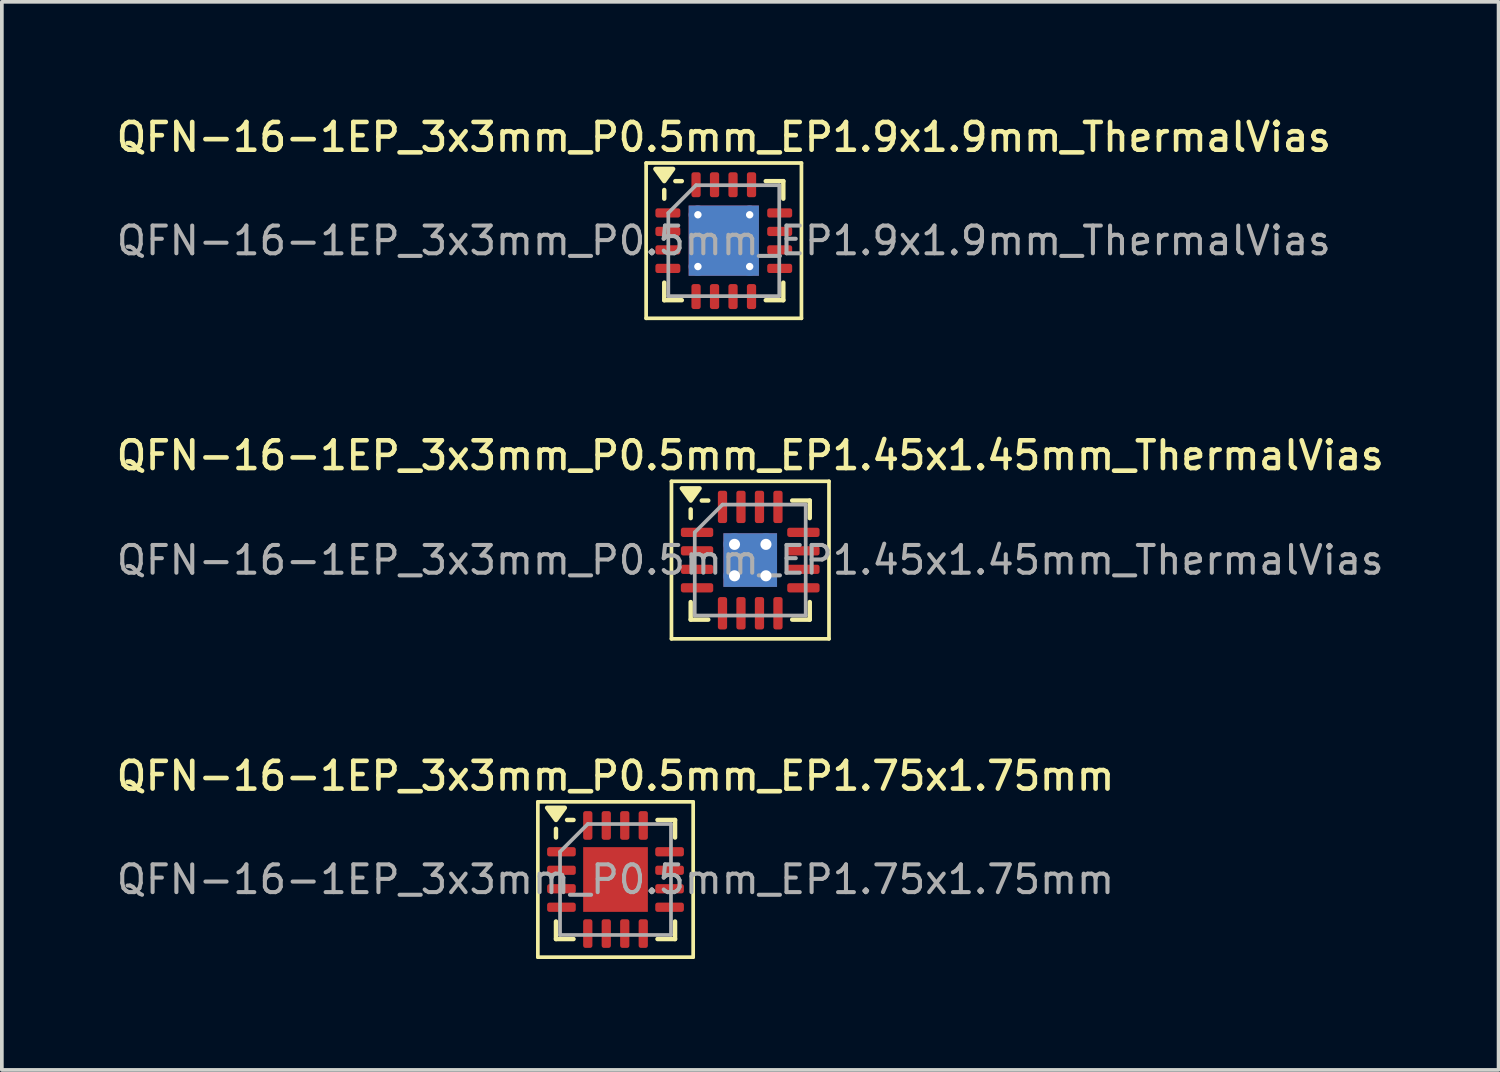
<source format=kicad_pcb>
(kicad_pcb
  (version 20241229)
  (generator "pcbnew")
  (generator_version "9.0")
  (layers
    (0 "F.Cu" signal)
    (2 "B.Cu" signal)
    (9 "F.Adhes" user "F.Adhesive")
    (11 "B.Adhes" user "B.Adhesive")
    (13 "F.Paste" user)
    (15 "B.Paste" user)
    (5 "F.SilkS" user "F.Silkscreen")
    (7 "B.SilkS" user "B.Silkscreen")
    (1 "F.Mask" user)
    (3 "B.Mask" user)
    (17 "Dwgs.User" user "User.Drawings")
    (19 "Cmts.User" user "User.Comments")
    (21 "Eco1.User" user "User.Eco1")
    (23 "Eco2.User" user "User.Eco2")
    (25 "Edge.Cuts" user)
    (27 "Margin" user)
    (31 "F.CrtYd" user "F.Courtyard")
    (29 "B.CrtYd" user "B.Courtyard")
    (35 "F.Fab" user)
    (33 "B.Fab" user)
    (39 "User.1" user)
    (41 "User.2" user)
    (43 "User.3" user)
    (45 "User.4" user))
  (footprint "QFN-16-1EP_3x3mm_P0.5mm_EP1.9x1.9mm_ThermalVias"
    (layer "F.Cu")
    (at 16.523 3.458)
    (property "Reference" "QFN-16-1EP_3x3mm_P0.5mm_EP1.9x1.9mm_ThermalVias" (at 0 -2.8 0) (layer "F.SilkS") (effects (font (size 0.75 0.75) (thickness 0.125))))
    (attr smd)
    (fp_line (start -2.1 -2.1) (end -2.1 2.1) (stroke (width 0.1) (type solid)) (layer "F.SilkS"))
    (fp_line (start -2.1 2.1) (end 2.1 2.1) (stroke (width 0.1) (type solid)) (layer "F.SilkS"))
    (fp_line (start -1.61 -1.135) (end -1.61 -1.37) (stroke (width 0.12) (type solid)) (layer "F.SilkS"))
    (fp_line (start -1.61 1.61) (end -1.61 1.135) (stroke (width 0.12) (type solid)) (layer "F.SilkS"))
    (fp_line (start -1.135 -1.61) (end -1.31 -1.61) (stroke (width 0.12) (type solid)) (layer "F.SilkS"))
    (fp_line (start -1.135 1.61) (end -1.61 1.61) (stroke (width 0.12) (type solid)) (layer "F.SilkS"))
    (fp_line (start 1.135 -1.61) (end 1.61 -1.61) (stroke (width 0.12) (type solid)) (layer "F.SilkS"))
    (fp_line (start 1.135 1.61) (end 1.61 1.61) (stroke (width 0.12) (type solid)) (layer "F.SilkS"))
    (fp_line (start 1.61 -1.61) (end 1.61 -1.135) (stroke (width 0.12) (type solid)) (layer "F.SilkS"))
    (fp_line (start 1.61 1.61) (end 1.61 1.135) (stroke (width 0.12) (type solid)) (layer "F.SilkS"))
    (fp_line (start 2.1 -2.1) (end -2.1 -2.1) (stroke (width 0.1) (type solid)) (layer "F.SilkS"))
    (fp_line (start 2.1 2.1) (end 2.1 -2.1) (stroke (width 0.1) (type solid)) (layer "F.SilkS"))
    (fp_poly (pts (xy -1.61 -1.61) (xy -1.85 -1.94) (xy -1.37 -1.94) (xy -1.61 -1.61)) (stroke (width 0.12) (type solid)) (fill yes) (layer "F.SilkS"))
    (fp_line (start -1.5 -0.75) (end -0.75 -1.5) (stroke (width 0.1) (type solid)) (layer "F.Fab"))
    (fp_line (start -1.5 1.5) (end -1.5 -0.75) (stroke (width 0.1) (type solid)) (layer "F.Fab"))
    (fp_line (start -0.75 -1.5) (end 1.5 -1.5) (stroke (width 0.1) (type solid)) (layer "F.Fab"))
    (fp_line (start 1.5 -1.5) (end 1.5 1.5) (stroke (width 0.1) (type solid)) (layer "F.Fab"))
    (fp_line (start 1.5 1.5) (end -1.5 1.5) (stroke (width 0.1) (type solid)) (layer "F.Fab"))
    (fp_text user "${REFERENCE}" (at 0 0 0) (layer "F.Fab") (effects (font (size 0.75 0.75) (thickness 0.11))))
    (pad "" smd roundrect (at -0.475 -0.475) (size 0.82 0.82) (layers "F.Paste") (roundrect_rratio 0.25))
    (pad "" smd roundrect (at -0.475 0.475) (size 0.82 0.82) (layers "F.Paste") (roundrect_rratio 0.25))
    (pad "" smd roundrect (at 0.475 -0.475) (size 0.82 0.82) (layers "F.Paste") (roundrect_rratio 0.25))
    (pad "" smd roundrect (at 0.475 0.475) (size 0.82 0.82) (layers "F.Paste") (roundrect_rratio 0.25))
    (pad "1" smd roundrect (at -1.512 -0.75) (size 0.675 0.25) (layers "F.Cu" "F.Mask" "F.Paste") (roundrect_rratio 0.25))
    (pad "2" smd roundrect (at -1.512 -0.25) (size 0.675 0.25) (layers "F.Cu" "F.Mask" "F.Paste") (roundrect_rratio 0.25))
    (pad "3" smd roundrect (at -1.512 0.25) (size 0.675 0.25) (layers "F.Cu" "F.Mask" "F.Paste") (roundrect_rratio 0.25))
    (pad "4" smd roundrect (at -1.512 0.75) (size 0.675 0.25) (layers "F.Cu" "F.Mask" "F.Paste") (roundrect_rratio 0.25))
    (pad "5" smd roundrect (at -0.75 1.512) (size 0.25 0.675) (layers "F.Cu" "F.Mask" "F.Paste") (roundrect_rratio 0.25))
    (pad "6" smd roundrect (at -0.25 1.512) (size 0.25 0.675) (layers "F.Cu" "F.Mask" "F.Paste") (roundrect_rratio 0.25))
    (pad "7" smd roundrect (at 0.25 1.512) (size 0.25 0.675) (layers "F.Cu" "F.Mask" "F.Paste") (roundrect_rratio 0.25))
    (pad "8" smd roundrect (at 0.75 1.512) (size 0.25 0.675) (layers "F.Cu" "F.Mask" "F.Paste") (roundrect_rratio 0.25))
    (pad "9" smd roundrect (at 1.512 0.75) (size 0.675 0.25) (layers "F.Cu" "F.Mask" "F.Paste") (roundrect_rratio 0.25))
    (pad "10" smd roundrect (at 1.512 0.25) (size 0.675 0.25) (layers "F.Cu" "F.Mask" "F.Paste") (roundrect_rratio 0.25))
    (pad "11" smd roundrect (at 1.512 -0.25) (size 0.675 0.25) (layers "F.Cu" "F.Mask" "F.Paste") (roundrect_rratio 0.25))
    (pad "12" smd roundrect (at 1.512 -0.75) (size 0.675 0.25) (layers "F.Cu" "F.Mask" "F.Paste") (roundrect_rratio 0.25))
    (pad "13" smd roundrect (at 0.75 -1.512) (size 0.25 0.675) (layers "F.Cu" "F.Mask" "F.Paste") (roundrect_rratio 0.25))
    (pad "14" smd roundrect (at 0.25 -1.512) (size 0.25 0.675) (layers "F.Cu" "F.Mask" "F.Paste") (roundrect_rratio 0.25))
    (pad "15" smd roundrect (at -0.25 -1.512) (size 0.25 0.675) (layers "F.Cu" "F.Mask" "F.Paste") (roundrect_rratio 0.25))
    (pad "16" smd roundrect (at -0.75 -1.512) (size 0.25 0.675) (layers "F.Cu" "F.Mask" "F.Paste") (roundrect_rratio 0.25))
    (pad "17" thru_hole circle (at -0.7 -0.7) (size 0.5 0.5) (drill 0.2) (property pad_prop_heatsink) (layers "*.Cu"))
    (pad "17" thru_hole circle (at -0.7 0.7) (size 0.5 0.5) (drill 0.2) (property pad_prop_heatsink) (layers "*.Cu"))
    (pad "17" smd rect (at 0 0) (size 1.9 1.9) (property pad_prop_heatsink) (layers "F.Cu" "F.Mask"))
    (pad "17" smd rect (at 0 0) (size 1.9 1.9) (property pad_prop_heatsink) (layers "B.Cu"))
    (pad "17" thru_hole circle (at 0.7 -0.7) (size 0.5 0.5) (drill 0.2) (property pad_prop_heatsink) (layers "*.Cu"))
    (pad "17" thru_hole circle (at 0.7 0.7) (size 0.5 0.5) (drill 0.2) (property pad_prop_heatsink) (layers "*.Cu")))
  (footprint "QFN-16-1EP_3x3mm_P0.5mm_EP1.75x1.75mm"
    (layer "F.Cu")
    (at 13.595 20.734)
    (property "Reference" "QFN-16-1EP_3x3mm_P0.5mm_EP1.75x1.75mm" (at 0 -2.8 0) (layer "F.SilkS") (effects (font (size 0.75 0.75) (thickness 0.125))))
    (attr smd)
    (fp_line (start -2.1 -2.1) (end -2.1 2.1) (stroke (width 0.1) (type solid)) (layer "F.SilkS"))
    (fp_line (start -2.1 2.1) (end 2.1 2.1) (stroke (width 0.1) (type solid)) (layer "F.SilkS"))
    (fp_line (start -1.61 -1.135) (end -1.61 -1.37) (stroke (width 0.12) (type solid)) (layer "F.SilkS"))
    (fp_line (start -1.61 1.61) (end -1.61 1.135) (stroke (width 0.12) (type solid)) (layer "F.SilkS"))
    (fp_line (start -1.135 -1.61) (end -1.31 -1.61) (stroke (width 0.12) (type solid)) (layer "F.SilkS"))
    (fp_line (start -1.135 1.61) (end -1.61 1.61) (stroke (width 0.12) (type solid)) (layer "F.SilkS"))
    (fp_line (start 1.135 -1.61) (end 1.61 -1.61) (stroke (width 0.12) (type solid)) (layer "F.SilkS"))
    (fp_line (start 1.135 1.61) (end 1.61 1.61) (stroke (width 0.12) (type solid)) (layer "F.SilkS"))
    (fp_line (start 1.61 -1.61) (end 1.61 -1.135) (stroke (width 0.12) (type solid)) (layer "F.SilkS"))
    (fp_line (start 1.61 1.61) (end 1.61 1.135) (stroke (width 0.12) (type solid)) (layer "F.SilkS"))
    (fp_line (start 2.1 -2.1) (end -2.1 -2.1) (stroke (width 0.1) (type solid)) (layer "F.SilkS"))
    (fp_line (start 2.1 2.1) (end 2.1 -2.1) (stroke (width 0.1) (type solid)) (layer "F.SilkS"))
    (fp_poly (pts (xy -1.61 -1.61) (xy -1.85 -1.94) (xy -1.37 -1.94) (xy -1.61 -1.61)) (stroke (width 0.12) (type solid)) (fill yes) (layer "F.SilkS"))
    (fp_line (start -1.5 -0.75) (end -0.75 -1.5) (stroke (width 0.1) (type solid)) (layer "F.Fab"))
    (fp_line (start -1.5 1.5) (end -1.5 -0.75) (stroke (width 0.1) (type solid)) (layer "F.Fab"))
    (fp_line (start -0.75 -1.5) (end 1.5 -1.5) (stroke (width 0.1) (type solid)) (layer "F.Fab"))
    (fp_line (start 1.5 -1.5) (end 1.5 1.5) (stroke (width 0.1) (type solid)) (layer "F.Fab"))
    (fp_line (start 1.5 1.5) (end -1.5 1.5) (stroke (width 0.1) (type solid)) (layer "F.Fab"))
    (fp_text user "${REFERENCE}" (at 0 0 0) (layer "F.Fab") (effects (font (size 0.75 0.75) (thickness 0.11))))
    (pad "" smd roundrect (at -0.44 -0.44) (size 0.71 0.71) (layers "F.Paste") (roundrect_rratio 0.25))
    (pad "" smd roundrect (at -0.44 0.44) (size 0.71 0.71) (layers "F.Paste") (roundrect_rratio 0.25))
    (pad "" smd roundrect (at 0.44 -0.44) (size 0.71 0.71) (layers "F.Paste") (roundrect_rratio 0.25))
    (pad "" smd roundrect (at 0.44 0.44) (size 0.71 0.71) (layers "F.Paste") (roundrect_rratio 0.25))
    (pad "1" smd roundrect (at -1.462 -0.75) (size 0.775 0.25) (layers "F.Cu" "F.Mask" "F.Paste") (roundrect_rratio 0.25))
    (pad "2" smd roundrect (at -1.462 -0.25) (size 0.775 0.25) (layers "F.Cu" "F.Mask" "F.Paste") (roundrect_rratio 0.25))
    (pad "3" smd roundrect (at -1.462 0.25) (size 0.775 0.25) (layers "F.Cu" "F.Mask" "F.Paste") (roundrect_rratio 0.25))
    (pad "4" smd roundrect (at -1.462 0.75) (size 0.775 0.25) (layers "F.Cu" "F.Mask" "F.Paste") (roundrect_rratio 0.25))
    (pad "5" smd roundrect (at -0.75 1.462) (size 0.25 0.775) (layers "F.Cu" "F.Mask" "F.Paste") (roundrect_rratio 0.25))
    (pad "6" smd roundrect (at -0.25 1.462) (size 0.25 0.775) (layers "F.Cu" "F.Mask" "F.Paste") (roundrect_rratio 0.25))
    (pad "7" smd roundrect (at 0.25 1.462) (size 0.25 0.775) (layers "F.Cu" "F.Mask" "F.Paste") (roundrect_rratio 0.25))
    (pad "8" smd roundrect (at 0.75 1.462) (size 0.25 0.775) (layers "F.Cu" "F.Mask" "F.Paste") (roundrect_rratio 0.25))
    (pad "9" smd roundrect (at 1.462 0.75) (size 0.775 0.25) (layers "F.Cu" "F.Mask" "F.Paste") (roundrect_rratio 0.25))
    (pad "10" smd roundrect (at 1.462 0.25) (size 0.775 0.25) (layers "F.Cu" "F.Mask" "F.Paste") (roundrect_rratio 0.25))
    (pad "11" smd roundrect (at 1.462 -0.25) (size 0.775 0.25) (layers "F.Cu" "F.Mask" "F.Paste") (roundrect_rratio 0.25))
    (pad "12" smd roundrect (at 1.462 -0.75) (size 0.775 0.25) (layers "F.Cu" "F.Mask" "F.Paste") (roundrect_rratio 0.25))
    (pad "13" smd roundrect (at 0.75 -1.462) (size 0.25 0.775) (layers "F.Cu" "F.Mask" "F.Paste") (roundrect_rratio 0.25))
    (pad "14" smd roundrect (at 0.25 -1.462) (size 0.25 0.775) (layers "F.Cu" "F.Mask" "F.Paste") (roundrect_rratio 0.25))
    (pad "15" smd roundrect (at -0.25 -1.462) (size 0.25 0.775) (layers "F.Cu" "F.Mask" "F.Paste") (roundrect_rratio 0.25))
    (pad "16" smd roundrect (at -0.75 -1.462) (size 0.25 0.775) (layers "F.Cu" "F.Mask" "F.Paste") (roundrect_rratio 0.25))
    (pad "17" smd rect (at 0 0) (size 1.75 1.75) (property pad_prop_heatsink) (layers "F.Cu" "F.Mask")))
  (footprint "QFN-16-1EP_3x3mm_P0.5mm_EP1.45x1.45mm_ThermalVias"
    (layer "F.Cu")
    (at 17.238 12.096)
    (property "Reference" "QFN-16-1EP_3x3mm_P0.5mm_EP1.45x1.45mm_ThermalVias" (at 0 -2.83 0) (layer "F.SilkS") (effects (font (size 0.75 0.75) (thickness 0.125))))
    (attr smd)
    (fp_line (start -2.13 -2.13) (end -2.13 2.13) (stroke (width 0.1) (type solid)) (layer "F.SilkS"))
    (fp_line (start -2.13 2.13) (end 2.13 2.13) (stroke (width 0.1) (type solid)) (layer "F.SilkS"))
    (fp_line (start -1.61 -1.135) (end -1.61 -1.37) (stroke (width 0.12) (type solid)) (layer "F.SilkS"))
    (fp_line (start -1.61 1.61) (end -1.61 1.135) (stroke (width 0.12) (type solid)) (layer "F.SilkS"))
    (fp_line (start -1.135 -1.61) (end -1.31 -1.61) (stroke (width 0.12) (type solid)) (layer "F.SilkS"))
    (fp_line (start -1.135 1.61) (end -1.61 1.61) (stroke (width 0.12) (type solid)) (layer "F.SilkS"))
    (fp_line (start 1.135 -1.61) (end 1.61 -1.61) (stroke (width 0.12) (type solid)) (layer "F.SilkS"))
    (fp_line (start 1.135 1.61) (end 1.61 1.61) (stroke (width 0.12) (type solid)) (layer "F.SilkS"))
    (fp_line (start 1.61 -1.61) (end 1.61 -1.135) (stroke (width 0.12) (type solid)) (layer "F.SilkS"))
    (fp_line (start 1.61 1.61) (end 1.61 1.135) (stroke (width 0.12) (type solid)) (layer "F.SilkS"))
    (fp_line (start 2.13 -2.13) (end -2.13 -2.13) (stroke (width 0.1) (type solid)) (layer "F.SilkS"))
    (fp_line (start 2.13 2.13) (end 2.13 -2.13) (stroke (width 0.1) (type solid)) (layer "F.SilkS"))
    (fp_poly (pts (xy -1.61 -1.61) (xy -1.85 -1.94) (xy -1.37 -1.94) (xy -1.61 -1.61)) (stroke (width 0.12) (type solid)) (fill yes) (layer "F.SilkS"))
    (fp_line (start -1.5 -0.75) (end -0.75 -1.5) (stroke (width 0.1) (type solid)) (layer "F.Fab"))
    (fp_line (start -1.5 1.5) (end -1.5 -0.75) (stroke (width 0.1) (type solid)) (layer "F.Fab"))
    (fp_line (start -0.75 -1.5) (end 1.5 -1.5) (stroke (width 0.1) (type solid)) (layer "F.Fab"))
    (fp_line (start 1.5 -1.5) (end 1.5 1.5) (stroke (width 0.1) (type solid)) (layer "F.Fab"))
    (fp_line (start 1.5 1.5) (end -1.5 1.5) (stroke (width 0.1) (type solid)) (layer "F.Fab"))
    (fp_text user "${REFERENCE}" (at 0 0 0) (layer "F.Fab") (effects (font (size 0.75 0.75) (thickness 0.11))))
    (pad "" smd roundrect (at -0.36 -0.36) (size 0.63 0.63) (layers "F.Paste") (roundrect_rratio 0.25))
    (pad "" smd roundrect (at -0.36 0.36) (size 0.63 0.63) (layers "F.Paste") (roundrect_rratio 0.25))
    (pad "" smd roundrect (at 0.36 -0.36) (size 0.63 0.63) (layers "F.Paste") (roundrect_rratio 0.25))
    (pad "" smd roundrect (at 0.36 0.36) (size 0.63 0.63) (layers "F.Paste") (roundrect_rratio 0.25))
    (pad "1" smd roundrect (at -1.438 -0.75) (size 0.875 0.25) (layers "F.Cu" "F.Mask" "F.Paste") (roundrect_rratio 0.25))
    (pad "2" smd roundrect (at -1.438 -0.25) (size 0.875 0.25) (layers "F.Cu" "F.Mask" "F.Paste") (roundrect_rratio 0.25))
    (pad "3" smd roundrect (at -1.438 0.25) (size 0.875 0.25) (layers "F.Cu" "F.Mask" "F.Paste") (roundrect_rratio 0.25))
    (pad "4" smd roundrect (at -1.438 0.75) (size 0.875 0.25) (layers "F.Cu" "F.Mask" "F.Paste") (roundrect_rratio 0.25))
    (pad "5" smd roundrect (at -0.75 1.438) (size 0.25 0.875) (layers "F.Cu" "F.Mask" "F.Paste") (roundrect_rratio 0.25))
    (pad "6" smd roundrect (at -0.25 1.438) (size 0.25 0.875) (layers "F.Cu" "F.Mask" "F.Paste") (roundrect_rratio 0.25))
    (pad "7" smd roundrect (at 0.25 1.438) (size 0.25 0.875) (layers "F.Cu" "F.Mask" "F.Paste") (roundrect_rratio 0.25))
    (pad "8" smd roundrect (at 0.75 1.438) (size 0.25 0.875) (layers "F.Cu" "F.Mask" "F.Paste") (roundrect_rratio 0.25))
    (pad "9" smd roundrect (at 1.438 0.75) (size 0.875 0.25) (layers "F.Cu" "F.Mask" "F.Paste") (roundrect_rratio 0.25))
    (pad "10" smd roundrect (at 1.438 0.25) (size 0.875 0.25) (layers "F.Cu" "F.Mask" "F.Paste") (roundrect_rratio 0.25))
    (pad "11" smd roundrect (at 1.438 -0.25) (size 0.875 0.25) (layers "F.Cu" "F.Mask" "F.Paste") (roundrect_rratio 0.25))
    (pad "12" smd roundrect (at 1.438 -0.75) (size 0.875 0.25) (layers "F.Cu" "F.Mask" "F.Paste") (roundrect_rratio 0.25))
    (pad "13" smd roundrect (at 0.75 -1.438) (size 0.25 0.875) (layers "F.Cu" "F.Mask" "F.Paste") (roundrect_rratio 0.25))
    (pad "14" smd roundrect (at 0.25 -1.438) (size 0.25 0.875) (layers "F.Cu" "F.Mask" "F.Paste") (roundrect_rratio 0.25))
    (pad "15" smd roundrect (at -0.25 -1.438) (size 0.25 0.875) (layers "F.Cu" "F.Mask" "F.Paste") (roundrect_rratio 0.25))
    (pad "16" smd roundrect (at -0.75 -1.438) (size 0.25 0.875) (layers "F.Cu" "F.Mask" "F.Paste") (roundrect_rratio 0.25))
    (pad "17" thru_hole circle (at -0.425 -0.425) (size 0.6 0.6) (drill 0.3) (property pad_prop_heatsink) (layers "*.Cu"))
    (pad "17" thru_hole circle (at -0.425 0.425) (size 0.6 0.6) (drill 0.3) (property pad_prop_heatsink) (layers "*.Cu"))
    (pad "17" smd rect (at 0 0) (size 1.45 1.45) (property pad_prop_heatsink) (layers "F.Cu" "F.Mask"))
    (pad "17" smd rect (at 0 0) (size 1.45 1.45) (property pad_prop_heatsink) (layers "B.Cu"))
    (pad "17" thru_hole circle (at 0.425 -0.425) (size 0.6 0.6) (drill 0.3) (property pad_prop_heatsink) (layers "*.Cu"))
    (pad "17" thru_hole circle (at 0.425 0.425) (size 0.6 0.6) (drill 0.3) (property pad_prop_heatsink) (layers "*.Cu")))
  (gr_rect
    (start -3 -3)
    (end 37.475 25.884)
    (stroke (width 0.1) (type default))
    (fill no)
    (layer "Edge.Cuts")))
</source>
